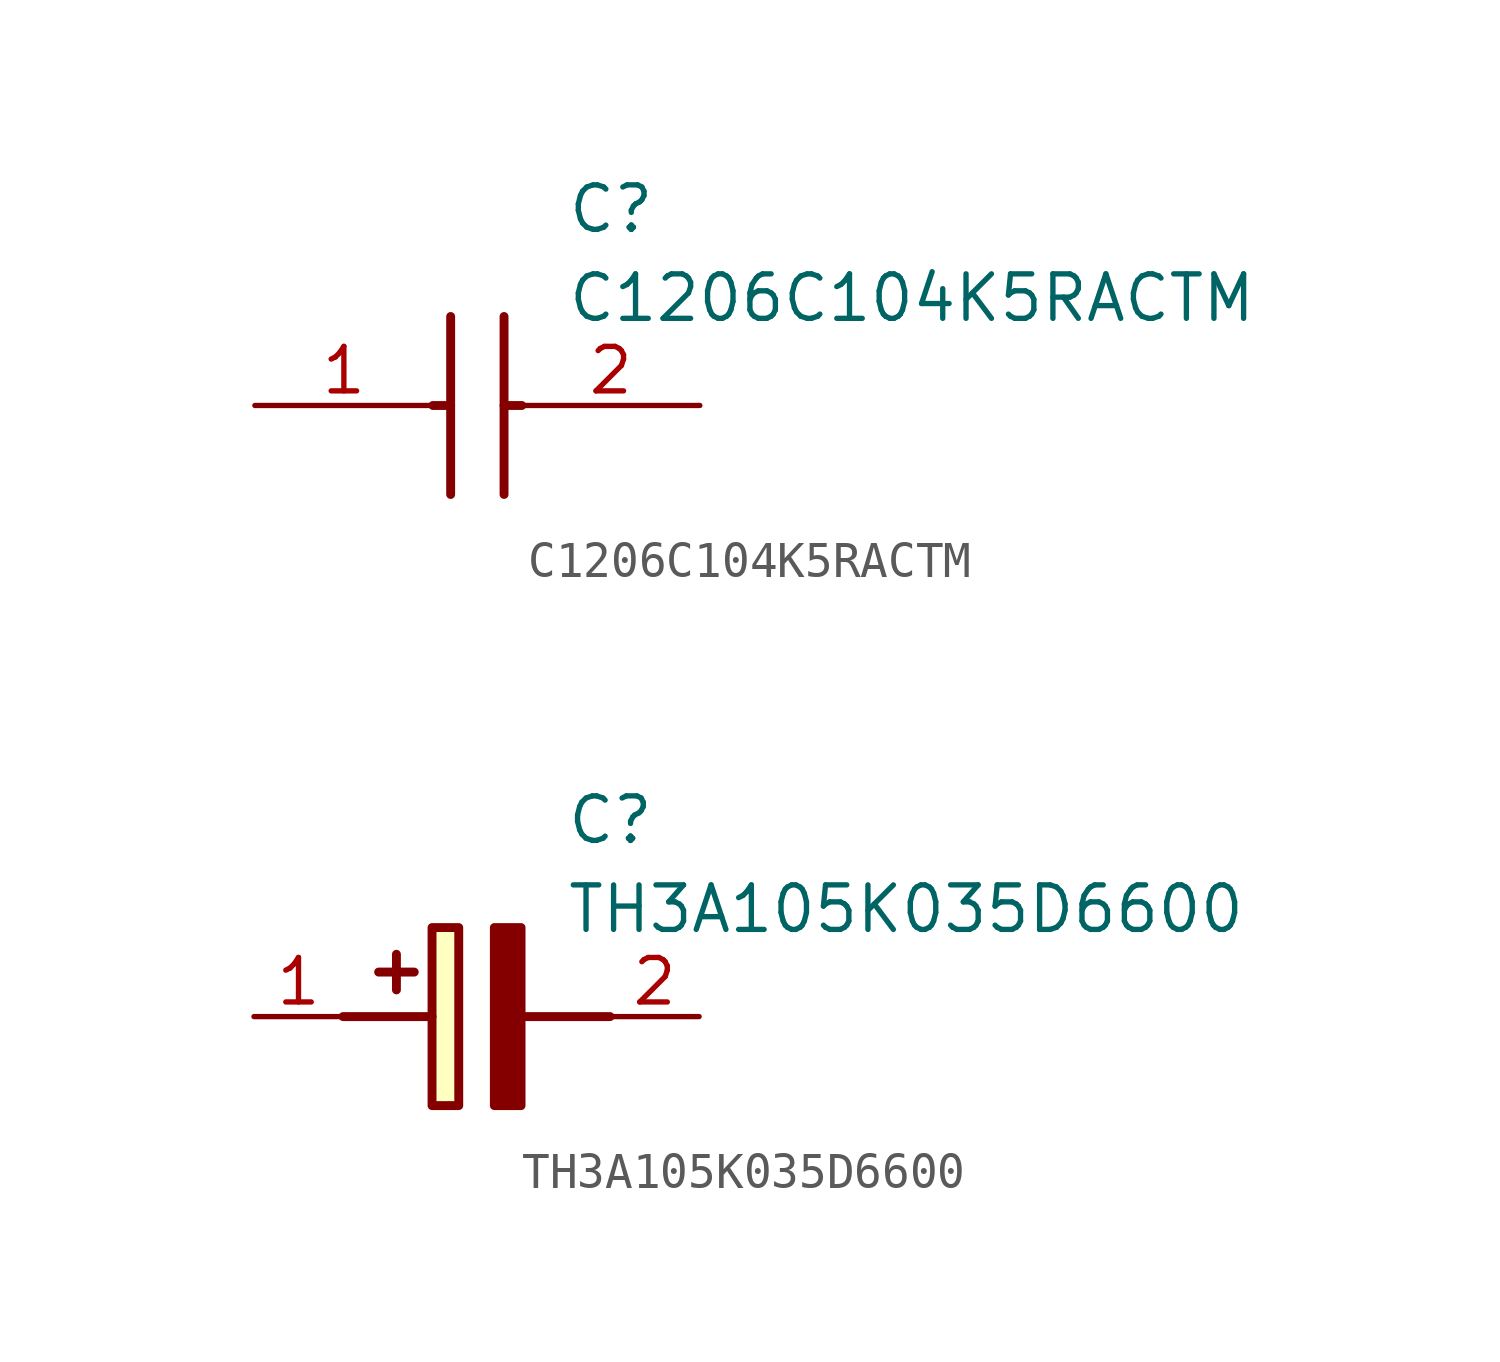
<source format=kicad_sym>
(kicad_symbol_lib
  (version 20241209)
  (generator "kicad_symbol_editor")
  (generator_version "9.0")
  (symbol "C1206C104K5RACTM"
    (pin_names
      (hide yes))
    (property "Reference" "C"
      (at 8.89 6.35 0)
      (effects (font (size 1.27 1.27)) (justify left top)))
    (property "Value" "C1206C104K5RACTM"
      (at 8.89 3.81 0)
      (effects (font (size 1.27 1.27)) (justify left top)))
    (symbol "C1206C104K5RACTM_1_1"
      (polyline (pts (xy 5.08 0) (xy 5.588 0)) (stroke (width 0.254) (type default)) (fill (type none)))
      (polyline (pts (xy 5.588 2.54) (xy 5.588 -2.54)) (stroke (width 0.254) (type default)) (fill (type none)))
      (polyline (pts (xy 7.112 2.54) (xy 7.112 -2.54)) (stroke (width 0.254) (type default)) (fill (type none)))
      (polyline (pts (xy 7.112 0) (xy 7.62 0)) (stroke (width 0.254) (type default)) (fill (type none)))
      (pin passive line (at 0 0 0) (length 5.08) (name "1" (effects (font (size 1.27 1.27)))) (number "1" (effects (font (size 1.27 1.27)))))
      (pin passive line (at 12.7 0 180) (length 5.08) (name "2" (effects (font (size 1.27 1.27)))) (number "2" (effects (font (size 1.27 1.27)))))))
  (symbol "TH3A105K035D6600"
    (pin_names
      (hide yes))
    (property "Reference" "C"
      (at 8.89 6.35 0)
      (effects (font (size 1.27 1.27)) (justify left top)))
    (property "Value" "TH3A105K035D6600"
      (at 8.89 3.81 0)
      (effects (font (size 1.27 1.27)) (justify left top)))
    (symbol "TH3A105K035D6600_1_1"
      (polyline (pts (xy 2.54 0) (xy 5.08 0)) (stroke (width 0.254) (type default)) (fill (type none)))
      (polyline (pts (xy 4.064 1.778) (xy 4.064 0.762)) (stroke (width 0.254) (type default)) (fill (type none)))
      (polyline (pts (xy 4.572 1.27) (xy 3.556 1.27)) (stroke (width 0.254) (type default)) (fill (type none)))
      (rectangle (start 5.08 2.54) (end 5.842 -2.54) (stroke (width 0.254) (type default)) (fill (type background)))
      (polyline (pts (xy 7.62 2.54) (xy 7.62 -2.54) (xy 6.858 -2.54) (xy 6.858 2.54) (xy 7.62 2.54)) (stroke (width 0.254) (type default)) (fill (type outline)))
      (polyline (pts (xy 7.62 0) (xy 10.16 0)) (stroke (width 0.254) (type default)) (fill (type none)))
      (pin passive line (at 0 0 0) (length 2.54) (name "+" (effects (font (size 1.27 1.27)))) (number "1" (effects (font (size 1.27 1.27)))))
      (pin passive line (at 12.7 0 180) (length 2.54) (name "-" (effects (font (size 1.27 1.27)))) (number "2" (effects (font (size 1.27 1.27))))))))
</source>
